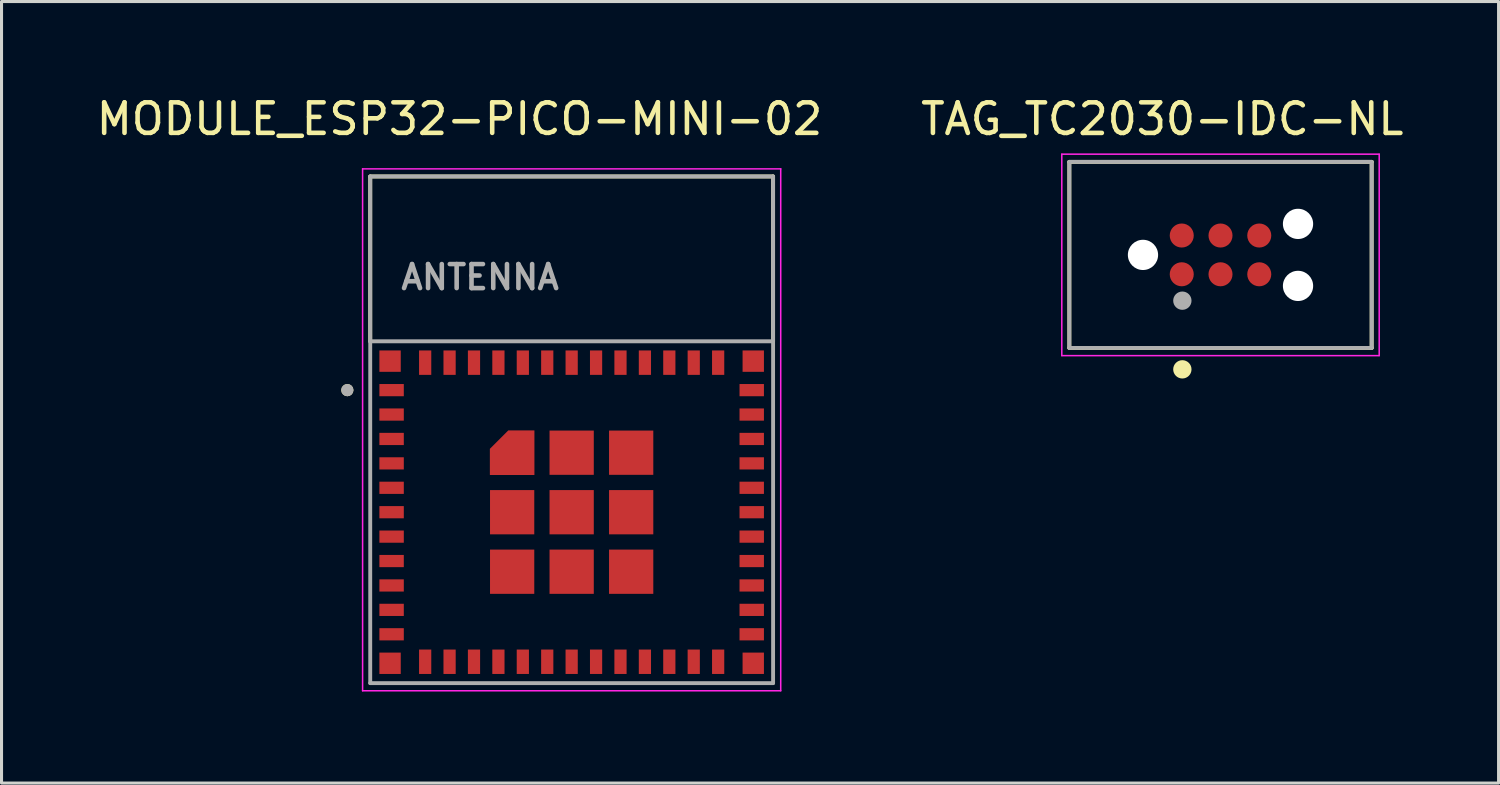
<source format=kicad_pcb>
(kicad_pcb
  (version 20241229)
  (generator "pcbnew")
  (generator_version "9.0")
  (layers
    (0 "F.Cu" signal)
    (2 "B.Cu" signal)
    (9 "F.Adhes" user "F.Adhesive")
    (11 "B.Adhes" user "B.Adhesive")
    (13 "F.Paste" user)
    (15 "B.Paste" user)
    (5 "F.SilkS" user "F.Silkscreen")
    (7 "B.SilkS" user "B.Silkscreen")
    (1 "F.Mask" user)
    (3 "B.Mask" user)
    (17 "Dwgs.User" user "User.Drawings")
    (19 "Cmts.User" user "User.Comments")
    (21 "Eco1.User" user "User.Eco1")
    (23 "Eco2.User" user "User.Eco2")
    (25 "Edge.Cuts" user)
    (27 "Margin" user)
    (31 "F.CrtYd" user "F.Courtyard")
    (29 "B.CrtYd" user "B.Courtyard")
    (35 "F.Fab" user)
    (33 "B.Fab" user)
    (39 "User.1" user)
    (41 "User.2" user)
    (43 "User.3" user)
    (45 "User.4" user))
  (footprint "MODULE_ESP32-PICO-MINI-02"
    (layer "F.Cu")
    (at 15.681 13.733)
    (property "Reference" "MODULE_ESP32-PICO-MINI-02" (at -3.675 -12.885 0) (layer "F.SilkS") (effects (font (size 1 1) (thickness 0.15))))
    (attr smd)
    (fp_poly (pts (xy -1.125 -1.125) (xy -1.125 -2.775) (xy -2.175 -2.775) (xy -2.775 -2.175) (xy -2.775 -1.125)) (stroke (width 0.01) (type solid)) (fill yes) (layer "F.Mask"))
    (fp_line (start -6.6 -11) (end 6.6 -11) (stroke (width 0.127) (type solid)) (layer "F.SilkS"))
    (fp_line (start -6.6 -5.6) (end -6.6 -11) (stroke (width 0.127) (type solid)) (layer "F.SilkS"))
    (fp_line (start 6.6 -11) (end 6.6 -5.6) (stroke (width 0.127) (type solid)) (layer "F.SilkS"))
    (fp_circle (center -7.35 -4) (end -7.25 -4) (stroke (width 0.2) (type solid)) (fill no) (layer "F.SilkS"))
    (fp_poly (pts (xy -1.225 -1.225) (xy -1.225 -2.675) (xy -2.075 -2.675) (xy -2.675 -2.075) (xy -2.675 -1.225)) (stroke (width 0.01) (type solid)) (fill yes) (layer "F.Paste"))
    (fp_line (start -6.85 -11.25) (end -6.85 5.85) (stroke (width 0.05) (type solid)) (layer "F.CrtYd"))
    (fp_line (start -6.85 5.85) (end 6.85 5.85) (stroke (width 0.05) (type solid)) (layer "F.CrtYd"))
    (fp_line (start 6.85 -11.25) (end -6.85 -11.25) (stroke (width 0.05) (type solid)) (layer "F.CrtYd"))
    (fp_line (start 6.85 5.85) (end 6.85 -11.25) (stroke (width 0.05) (type solid)) (layer "F.CrtYd"))
    (fp_line (start -6.6 -11) (end 6.6 -11) (stroke (width 0.127) (type solid)) (layer "F.Fab"))
    (fp_line (start -6.6 -5.6) (end -6.6 -11) (stroke (width 0.127) (type solid)) (layer "F.Fab"))
    (fp_line (start -6.6 -5.6) (end 6.6 -5.6) (stroke (width 0.127) (type solid)) (layer "F.Fab"))
    (fp_line (start -6.6 5.6) (end -6.6 -5.6) (stroke (width 0.127) (type solid)) (layer "F.Fab"))
    (fp_line (start 6.6 -11) (end 6.6 -5.6) (stroke (width 0.127) (type solid)) (layer "F.Fab"))
    (fp_line (start 6.6 -5.6) (end 6.6 5.6) (stroke (width 0.127) (type solid)) (layer "F.Fab"))
    (fp_line (start 6.6 5.6) (end -6.6 5.6) (stroke (width 0.127) (type solid)) (layer "F.Fab"))
    (fp_circle (center -7.35 -4) (end -7.25 -4) (stroke (width 0.2) (type solid)) (fill no) (layer "F.Fab"))
    (fp_text user "ANTENNA" (at -3 -7.7 0) (layer "F.Fab") (effects (font (size 0.787 0.787) (thickness 0.15))))
    (pad "1" smd rect (at -5.9 -4) (size 0.8 0.4) (layers "F.Cu" "F.Mask" "F.Paste"))
    (pad "2" smd rect (at -5.9 -3.2) (size 0.8 0.4) (layers "F.Cu" "F.Mask" "F.Paste"))
    (pad "3" smd rect (at -5.9 -2.4) (size 0.8 0.4) (layers "F.Cu" "F.Mask" "F.Paste"))
    (pad "4" smd rect (at -5.9 -1.6) (size 0.8 0.4) (layers "F.Cu" "F.Mask" "F.Paste"))
    (pad "5" smd rect (at -5.9 -0.8) (size 0.8 0.4) (layers "F.Cu" "F.Mask" "F.Paste"))
    (pad "6" smd rect (at -5.9 0) (size 0.8 0.4) (layers "F.Cu" "F.Mask" "F.Paste"))
    (pad "7" smd rect (at -5.9 0.8) (size 0.8 0.4) (layers "F.Cu" "F.Mask" "F.Paste"))
    (pad "8" smd rect (at -5.9 1.6) (size 0.8 0.4) (layers "F.Cu" "F.Mask" "F.Paste"))
    (pad "9" smd rect (at -5.9 2.4) (size 0.8 0.4) (layers "F.Cu" "F.Mask" "F.Paste"))
    (pad "10" smd rect (at -5.9 3.2) (size 0.8 0.4) (layers "F.Cu" "F.Mask" "F.Paste"))
    (pad "11" smd rect (at -5.9 4) (size 0.8 0.4) (layers "F.Cu" "F.Mask" "F.Paste"))
    (pad "12" smd rect (at -4.8 4.9) (size 0.4 0.8) (layers "F.Cu" "F.Mask" "F.Paste"))
    (pad "13" smd rect (at -4 4.9) (size 0.4 0.8) (layers "F.Cu" "F.Mask" "F.Paste"))
    (pad "14" smd rect (at -3.2 4.9) (size 0.4 0.8) (layers "F.Cu" "F.Mask" "F.Paste"))
    (pad "15" smd rect (at -2.4 4.9) (size 0.4 0.8) (layers "F.Cu" "F.Mask" "F.Paste"))
    (pad "16" smd rect (at -1.6 4.9) (size 0.4 0.8) (layers "F.Cu" "F.Mask" "F.Paste"))
    (pad "17" smd rect (at -0.8 4.9) (size 0.4 0.8) (layers "F.Cu" "F.Mask" "F.Paste"))
    (pad "18" smd rect (at 0 4.9) (size 0.4 0.8) (layers "F.Cu" "F.Mask" "F.Paste"))
    (pad "19" smd rect (at 0.8 4.9) (size 0.4 0.8) (layers "F.Cu" "F.Mask" "F.Paste"))
    (pad "20" smd rect (at 1.6 4.9) (size 0.4 0.8) (layers "F.Cu" "F.Mask" "F.Paste"))
    (pad "21" smd rect (at 2.4 4.9) (size 0.4 0.8) (layers "F.Cu" "F.Mask" "F.Paste"))
    (pad "22" smd rect (at 3.2 4.9) (size 0.4 0.8) (layers "F.Cu" "F.Mask" "F.Paste"))
    (pad "23" smd rect (at 4 4.9) (size 0.4 0.8) (layers "F.Cu" "F.Mask" "F.Paste"))
    (pad "24" smd rect (at 4.8 4.9) (size 0.4 0.8) (layers "F.Cu" "F.Mask" "F.Paste"))
    (pad "25" smd rect (at 5.9 4) (size 0.8 0.4) (layers "F.Cu" "F.Mask" "F.Paste"))
    (pad "26" smd rect (at 5.9 3.2) (size 0.8 0.4) (layers "F.Cu" "F.Mask" "F.Paste"))
    (pad "27" smd rect (at 5.9 2.4) (size 0.8 0.4) (layers "F.Cu" "F.Mask" "F.Paste"))
    (pad "28" smd rect (at 5.9 1.6) (size 0.8 0.4) (layers "F.Cu" "F.Mask" "F.Paste"))
    (pad "29" smd rect (at 5.9 0.8) (size 0.8 0.4) (layers "F.Cu" "F.Mask" "F.Paste"))
    (pad "30" smd rect (at 5.9 0) (size 0.8 0.4) (layers "F.Cu" "F.Mask" "F.Paste"))
    (pad "31" smd rect (at 5.9 -0.8) (size 0.8 0.4) (layers "F.Cu" "F.Mask" "F.Paste"))
    (pad "32" smd rect (at 5.9 -1.6) (size 0.8 0.4) (layers "F.Cu" "F.Mask" "F.Paste"))
    (pad "33" smd rect (at 5.9 -2.4) (size 0.8 0.4) (layers "F.Cu" "F.Mask" "F.Paste"))
    (pad "34" smd rect (at 5.9 -3.2) (size 0.8 0.4) (layers "F.Cu" "F.Mask" "F.Paste"))
    (pad "35" smd rect (at 5.9 -4) (size 0.8 0.4) (layers "F.Cu" "F.Mask" "F.Paste"))
    (pad "36" smd rect (at 4.8 -4.9) (size 0.4 0.8) (layers "F.Cu" "F.Mask" "F.Paste"))
    (pad "37" smd rect (at 4 -4.9) (size 0.4 0.8) (layers "F.Cu" "F.Mask" "F.Paste"))
    (pad "38" smd rect (at 3.2 -4.9) (size 0.4 0.8) (layers "F.Cu" "F.Mask" "F.Paste"))
    (pad "39" smd rect (at 2.4 -4.9) (size 0.4 0.8) (layers "F.Cu" "F.Mask" "F.Paste"))
    (pad "40" smd rect (at 1.6 -4.9) (size 0.4 0.8) (layers "F.Cu" "F.Mask" "F.Paste"))
    (pad "41" smd rect (at 0.8 -4.9) (size 0.4 0.8) (layers "F.Cu" "F.Mask" "F.Paste"))
    (pad "42" smd rect (at 0 -4.9) (size 0.4 0.8) (layers "F.Cu" "F.Mask" "F.Paste"))
    (pad "43" smd rect (at -0.8 -4.9) (size 0.4 0.8) (layers "F.Cu" "F.Mask" "F.Paste"))
    (pad "44" smd rect (at -1.6 -4.9) (size 0.4 0.8) (layers "F.Cu" "F.Mask" "F.Paste"))
    (pad "45" smd rect (at -2.4 -4.9) (size 0.4 0.8) (layers "F.Cu" "F.Mask" "F.Paste"))
    (pad "46" smd rect (at -3.2 -4.9) (size 0.4 0.8) (layers "F.Cu" "F.Mask" "F.Paste"))
    (pad "47" smd rect (at -4 -4.9) (size 0.4 0.8) (layers "F.Cu" "F.Mask" "F.Paste"))
    (pad "48" smd rect (at -4.8 -4.9) (size 0.4 0.8) (layers "F.Cu" "F.Mask" "F.Paste"))
    (pad "49" smd rect (at 0 0) (size 1.45 1.45) (layers "F.Cu" "F.Mask" "F.Paste"))
    (pad "50" smd rect (at 5.95 -4.95) (size 0.7 0.7) (layers "F.Cu" "F.Mask" "F.Paste"))
    (pad "51" smd rect (at 5.95 4.95) (size 0.7 0.7) (layers "F.Cu" "F.Mask" "F.Paste"))
    (pad "52" smd rect (at -5.95 4.95) (size 0.7 0.7) (layers "F.Cu" "F.Mask" "F.Paste"))
    (pad "53" smd rect (at -5.95 -4.95) (size 0.7 0.7) (layers "F.Cu" "F.Mask" "F.Paste"))
    (pad "54" smd rect (at -1.95 0) (size 1.45 1.45) (layers "F.Cu" "F.Mask" "F.Paste"))
    (pad "55" smd rect (at -1.95 1.95) (size 1.45 1.45) (layers "F.Cu" "F.Mask" "F.Paste"))
    (pad "56" smd rect (at 0 1.95) (size 1.45 1.45) (layers "F.Cu" "F.Mask" "F.Paste"))
    (pad "57" smd rect (at 1.95 1.95) (size 1.45 1.45) (layers "F.Cu" "F.Mask" "F.Paste"))
    (pad "58" smd rect (at 1.95 0) (size 1.45 1.45) (layers "F.Cu" "F.Mask" "F.Paste"))
    (pad "59" smd rect (at 1.95 -1.95) (size 1.45 1.45) (layers "F.Cu" "F.Mask" "F.Paste"))
    (pad "60" smd rect (at 0 -1.95) (size 1.45 1.45) (layers "F.Cu" "F.Mask" "F.Paste"))
    (pad "61" smd custom (at -1.95 -1.95) (size 0.5 0.5) (layers "F.Cu") (options (anchor rect)) (primitives (gr_poly (pts (xy 0.725 0.725) (xy 0.725 -0.725) (xy -0.125 -0.725) (xy -0.725 -0.125) (xy -0.725 0.725)) (width 0.01) (fill yes))))
    (zone (net_name "") (layer "F.Cu") (hatch full 0.508) (connect_pads) (min_thickness 0.01) (filled_areas_thickness no) (keepout (tracks not_allowed) (vias not_allowed) (pads not_allowed) (copperpour not_allowed) (footprints allowed)) (placement (enabled no)) (fill) (polygon (pts (xy 9.081 2.733) (xy 22.281 2.733) (xy 22.281 8.133) (xy 9.081 8.133))))
    (zone (net_name "") (layers "F.Cu" "B.Cu") (hatch full 0.508) (connect_pads) (min_thickness 0.01) (filled_areas_thickness no) (keepout (tracks allowed) (vias not_allowed) (pads allowed) (copperpour allowed) (footprints allowed)) (placement (enabled no)) (fill) (polygon (pts (xy 9.081 2.733) (xy 22.281 2.733) (xy 22.281 8.133) (xy 9.081 8.133))))
    (zone (net_name "") (layer "B.Cu") (hatch full 0.508) (connect_pads) (min_thickness 0.01) (filled_areas_thickness no) (keepout (tracks not_allowed) (vias not_allowed) (pads not_allowed) (copperpour not_allowed) (footprints allowed)) (placement (enabled no)) (fill) (polygon (pts (xy 9.081 2.733) (xy 22.281 2.733) (xy 22.281 8.133) (xy 9.081 8.133)))))
  (footprint "TAG_TC2030-IDC-NL"
    (layer "F.Cu")
    (at 36.941 5.302)
    (property "Reference" "TAG_TC2030-IDC-NL" (at -1.908 -4.453 0) (layer "F.SilkS") (effects (font (size 1.002 1.002) (thickness 0.15))))
    (attr smd)
    (fp_line (start -4.953 -3.048) (end -4.953 3.048) (stroke (width 0.127) (type solid)) (layer "F.SilkS"))
    (fp_line (start -4.953 3.048) (end 4.953 3.048) (stroke (width 0.127) (type solid)) (layer "F.SilkS"))
    (fp_line (start 4.953 -3.048) (end -4.953 -3.048) (stroke (width 0.127) (type solid)) (layer "F.SilkS"))
    (fp_line (start 4.953 3.048) (end 4.953 -3.048) (stroke (width 0.127) (type solid)) (layer "F.SilkS"))
    (fp_circle (center -1.25 3.75) (end -1.1 3.75) (stroke (width 0.3) (type solid)) (fill no) (layer "F.SilkS"))
    (fp_line (start -5.2 -3.3) (end 5.2 -3.3) (stroke (width 0.05) (type solid)) (layer "F.CrtYd"))
    (fp_line (start -5.2 3.3) (end -5.2 -3.3) (stroke (width 0.05) (type solid)) (layer "F.CrtYd"))
    (fp_line (start 5.2 -3.3) (end 5.2 3.3) (stroke (width 0.05) (type solid)) (layer "F.CrtYd"))
    (fp_line (start 5.2 3.3) (end -5.2 3.3) (stroke (width 0.05) (type solid)) (layer "F.CrtYd"))
    (fp_line (start -4.953 -3.048) (end 4.953 -3.048) (stroke (width 0.127) (type solid)) (layer "F.Fab"))
    (fp_line (start -4.953 3.048) (end -4.953 -3.048) (stroke (width 0.127) (type solid)) (layer "F.Fab"))
    (fp_line (start 4.953 -3.048) (end 4.953 3.048) (stroke (width 0.127) (type solid)) (layer "F.Fab"))
    (fp_line (start 4.953 3.048) (end -4.953 3.048) (stroke (width 0.127) (type solid)) (layer "F.Fab"))
    (fp_circle (center -1.25 1.5) (end -1.1 1.5) (stroke (width 0.3) (type solid)) (fill no) (layer "F.Fab"))
    (pad "" np_thru_hole circle (at -2.54 0) (size 0.991 0.991) (drill 0.991) (layers "*.Cu" "*.Mask"))
    (pad "" np_thru_hole circle (at 2.54 -1.016) (size 0.991 0.991) (drill 0.991) (layers "*.Cu" "*.Mask"))
    (pad "" np_thru_hole circle (at 2.54 1.016) (size 0.991 0.991) (drill 0.991) (layers "*.Cu" "*.Mask"))
    (pad "1" smd circle (at -1.27 0.635) (size 0.787 0.787) (layers "F.Cu" "F.Mask"))
    (pad "2" smd circle (at -1.27 -0.635) (size 0.787 0.787) (layers "F.Cu" "F.Mask"))
    (pad "3" smd circle (at 0 0.635) (size 0.787 0.787) (layers "F.Cu" "F.Mask"))
    (pad "4" smd circle (at 0 -0.635) (size 0.787 0.787) (layers "F.Cu" "F.Mask"))
    (pad "5" smd circle (at 1.27 0.635) (size 0.787 0.787) (layers "F.Cu" "F.Mask"))
    (pad "6" smd circle (at 1.27 -0.635) (size 0.787 0.787) (layers "F.Cu" "F.Mask"))
    (zone (net_name "") (layer "F.Cu") (hatch full 0.508) (connect_pads) (min_thickness 0.01) (filled_areas_thickness no) (keepout (tracks not_allowed) (vias not_allowed) (pads not_allowed) (copperpour not_allowed) (footprints allowed)) (placement (enabled no)) (fill) (polygon (pts (xy 35.669 4.667) (xy 38.211 4.667) (xy 38.211 5.938) (xy 35.669 5.938))))
    (zone (net_name "") (layers "F.Cu" "B.Cu") (hatch full 0.508) (connect_pads) (min_thickness 0.01) (filled_areas_thickness no) (keepout (tracks allowed) (vias not_allowed) (pads allowed) (copperpour allowed) (footprints allowed)) (placement (enabled no)) (fill) (polygon (pts (xy 35.669 4.667) (xy 38.211 4.667) (xy 38.211 5.938) (xy 35.669 5.938)))))
  (gr_rect
    (start -3 -3)
    (end 46.052 22.608)
    (stroke (width 0.1) (type default))
    (fill no)
    (layer "Edge.Cuts")))
</source>
